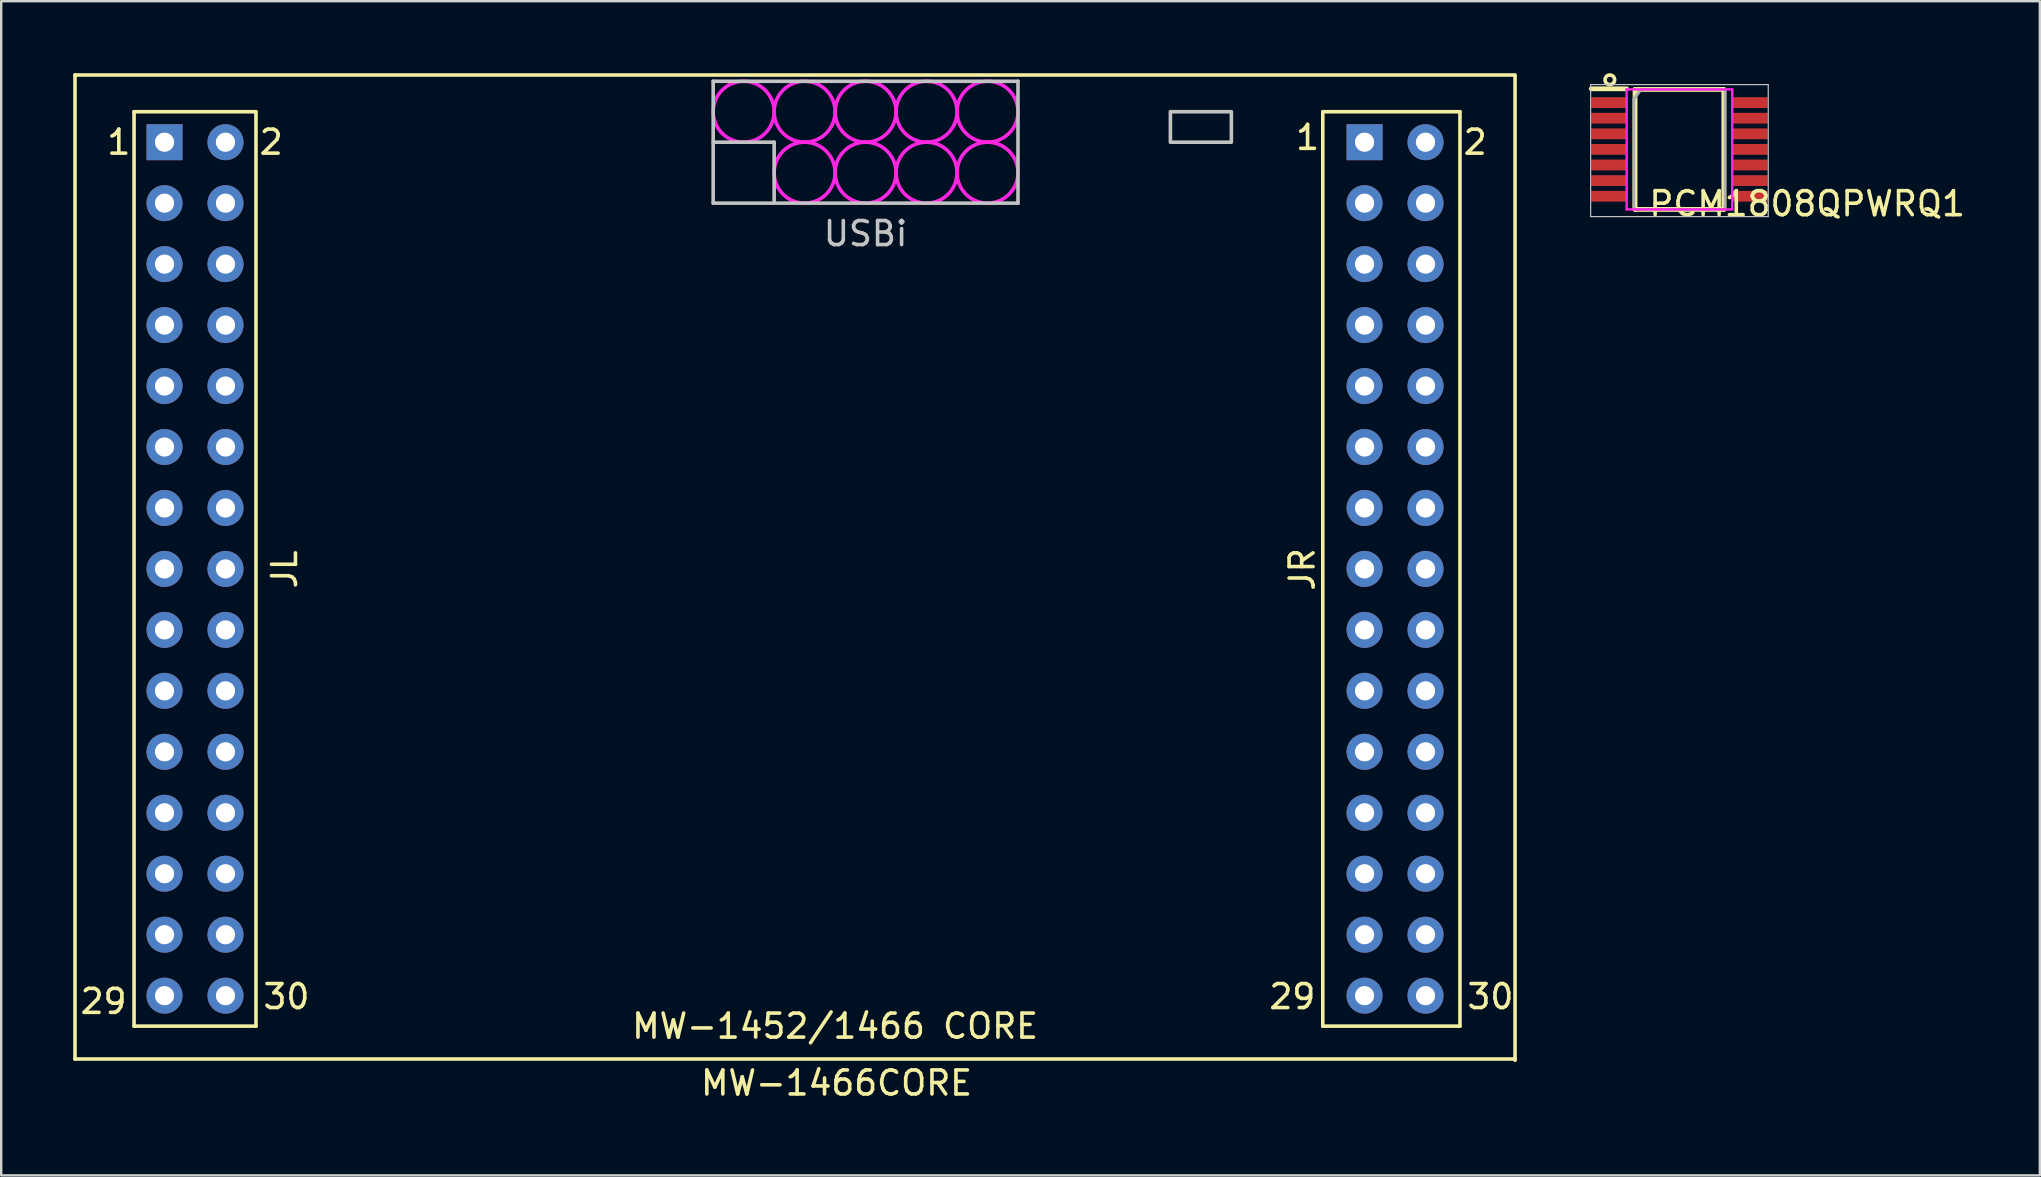
<source format=kicad_pcb>
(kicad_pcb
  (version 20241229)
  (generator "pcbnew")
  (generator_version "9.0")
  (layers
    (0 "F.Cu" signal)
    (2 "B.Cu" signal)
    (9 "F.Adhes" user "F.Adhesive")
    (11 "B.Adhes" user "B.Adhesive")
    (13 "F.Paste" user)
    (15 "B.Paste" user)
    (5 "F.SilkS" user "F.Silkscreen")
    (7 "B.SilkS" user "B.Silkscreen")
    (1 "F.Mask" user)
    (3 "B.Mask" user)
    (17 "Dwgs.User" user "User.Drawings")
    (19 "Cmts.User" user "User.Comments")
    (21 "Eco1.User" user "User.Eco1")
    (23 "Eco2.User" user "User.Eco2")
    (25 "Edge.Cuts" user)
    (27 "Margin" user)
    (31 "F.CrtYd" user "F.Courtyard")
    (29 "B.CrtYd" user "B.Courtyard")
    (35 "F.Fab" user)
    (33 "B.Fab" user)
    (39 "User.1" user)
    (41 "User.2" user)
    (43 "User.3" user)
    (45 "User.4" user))
  (footprint "MW-1466CORE"
    (layer "F.Cu")
    (at 3.805 2.875)
    (property "Reference" "MW-1466CORE" (at 28 39.2 0) (layer "F.SilkS") (effects (font (size 1 1) (thickness 0.15))))
    (attr through_hole)
    (fp_line (start -3.73 -2.8) (end -3.73 38.2) (stroke (width 0.15) (type solid)) (layer "F.SilkS"))
    (fp_line (start -3.73 38.2) (end 56.27 38.2) (stroke (width 0.15) (type solid)) (layer "F.SilkS"))
    (fp_line (start -1.27 -1.27) (end -1.27 36.83) (stroke (width 0.15) (type solid)) (layer "F.SilkS"))
    (fp_line (start -1.27 36.83) (end 3.81 36.83) (stroke (width 0.15) (type solid)) (layer "F.SilkS"))
    (fp_line (start 3.81 -1.27) (end -1.27 -1.27) (stroke (width 0.15) (type solid)) (layer "F.SilkS"))
    (fp_line (start 3.81 36.83) (end 3.81 -1.27) (stroke (width 0.15) (type solid)) (layer "F.SilkS"))
    (fp_line (start 48.26 -1.27) (end 48.26 36.83) (stroke (width 0.15) (type solid)) (layer "F.SilkS"))
    (fp_line (start 48.26 36.83) (end 53.975 36.83) (stroke (width 0.15) (type solid)) (layer "F.SilkS"))
    (fp_line (start 53.975 -1.27) (end 48.26 -1.27) (stroke (width 0.15) (type solid)) (layer "F.SilkS"))
    (fp_line (start 53.975 36.83) (end 53.975 -1.27) (stroke (width 0.15) (type solid)) (layer "F.SilkS"))
    (fp_line (start 56.27 -2.8) (end -3.73 -2.8) (stroke (width 0.15) (type solid)) (layer "F.SilkS"))
    (fp_line (start 56.27 38.25) (end 56.27 -2.75) (stroke (width 0.15) (type solid)) (layer "F.SilkS"))
    (fp_line (start 22.86 -2.54) (end 22.86 2.54) (stroke (width 0.15) (type solid)) (layer "Dwgs.User"))
    (fp_line (start 22.86 0) (end 25.4 0) (stroke (width 0.15) (type solid)) (layer "Dwgs.User"))
    (fp_line (start 22.86 2.54) (end 35.56 2.54) (stroke (width 0.15) (type solid)) (layer "Dwgs.User"))
    (fp_line (start 25.4 0) (end 25.4 2.54) (stroke (width 0.15) (type solid)) (layer "Dwgs.User"))
    (fp_line (start 35.56 -2.54) (end 22.86 -2.54) (stroke (width 0.15) (type solid)) (layer "Dwgs.User"))
    (fp_line (start 35.56 2.54) (end 35.56 -2.54) (stroke (width 0.15) (type solid)) (layer "Dwgs.User"))
    (fp_poly (pts (xy 41.91 -1.27) (xy 41.91 0) (xy 44.45 0) (xy 44.45 -1.27)) (stroke (width 0.15) (type solid)) (fill no) (layer "Dwgs.User"))
    (fp_circle (center 24.13 -1.27) (end 24.13 0) (stroke (width 0.15) (type solid)) (fill no) (layer "F.CrtYd"))
    (fp_circle (center 26.67 -1.27) (end 26.67 0) (stroke (width 0.15) (type solid)) (fill no) (layer "F.CrtYd"))
    (fp_circle (center 26.67 1.27) (end 26.67 2.54) (stroke (width 0.15) (type solid)) (fill no) (layer "F.CrtYd"))
    (fp_circle (center 29.21 -1.27) (end 29.21 0) (stroke (width 0.15) (type solid)) (fill no) (layer "F.CrtYd"))
    (fp_circle (center 29.21 1.27) (end 29.21 2.54) (stroke (width 0.15) (type solid)) (fill no) (layer "F.CrtYd"))
    (fp_circle (center 31.75 -1.27) (end 31.75 0) (stroke (width 0.15) (type solid)) (fill no) (layer "F.CrtYd"))
    (fp_circle (center 31.75 1.27) (end 31.75 2.54) (stroke (width 0.15) (type solid)) (fill no) (layer "F.CrtYd"))
    (fp_circle (center 34.29 -1.27) (end 34.29 0) (stroke (width 0.15) (type solid)) (fill no) (layer "F.CrtYd"))
    (fp_circle (center 34.29 1.27) (end 34.29 2.54) (stroke (width 0.15) (type solid)) (fill no) (layer "F.CrtYd"))
    (fp_text user "2" (at 54.61 0 0) (layer "F.SilkS") (effects (font (size 1 1) (thickness 0.15))))
    (fp_text user "JR" (at 47.4 17.8 90) (layer "F.SilkS") (effects (font (size 1 1) (thickness 0.15))))
    (fp_text user "MW-1452/1466 CORE" (at 27.94 36.83 0) (layer "F.SilkS") (effects (font (size 1 1) (thickness 0.15))))
    (fp_text user "30" (at 55.245 35.6 0) (layer "F.SilkS") (effects (font (size 1 1) (thickness 0.15))))
    (fp_text user "1" (at -1.905 0 0) (layer "F.SilkS") (effects (font (size 1 1) (thickness 0.15))))
    (fp_text user "30" (at 5.08 35.6 0) (layer "F.SilkS") (effects (font (size 1 1) (thickness 0.15))))
    (fp_text user "JL" (at 5 17.8 90) (layer "F.SilkS") (effects (font (size 1 1) (thickness 0.15))))
    (fp_text user "1" (at 47.625 -0.2 0) (layer "F.SilkS") (effects (font (size 1 1) (thickness 0.15))))
    (fp_text user "29" (at -2.54 35.8 0) (layer "F.SilkS") (effects (font (size 1 1) (thickness 0.15))))
    (fp_text user "2" (at 4.445 0 0) (layer "F.SilkS") (effects (font (size 1 1) (thickness 0.15))))
    (fp_text user "29" (at 46.99 35.6 0) (layer "F.SilkS") (effects (font (size 1 1) (thickness 0.15))))
    (fp_text user "USBi" (at 29.21 3.81 0) (layer "Dwgs.User") (effects (font (size 1 1) (thickness 0.15))))
    (pad "JL1" thru_hole rect (at 0 0) (size 1.5 1.5) (drill 0.8) (layers "*.Cu" "*.Mask"))
    (pad "JL2" thru_hole circle (at 2.54 0) (size 1.5 1.5) (drill 0.8) (layers "*.Cu" "*.Mask"))
    (pad "JL3" thru_hole circle (at 0 2.54) (size 1.5 1.5) (drill 0.8) (layers "*.Cu" "*.Mask"))
    (pad "JL4" thru_hole circle (at 2.54 2.54) (size 1.5 1.5) (drill 0.8) (layers "*.Cu" "*.Mask"))
    (pad "JL5" thru_hole circle (at 0 5.08) (size 1.5 1.5) (drill 0.8) (layers "*.Cu" "*.Mask"))
    (pad "JL6" thru_hole circle (at 2.54 5.08) (size 1.5 1.5) (drill 0.8) (layers "*.Cu" "*.Mask"))
    (pad "JL7" thru_hole circle (at 0 7.62) (size 1.5 1.5) (drill 0.8) (layers "*.Cu" "*.Mask"))
    (pad "JL8" thru_hole circle (at 2.54 7.62) (size 1.5 1.5) (drill 0.8) (layers "*.Cu" "*.Mask"))
    (pad "JL9" thru_hole circle (at 0 10.16) (size 1.5 1.5) (drill 0.8) (layers "*.Cu" "*.Mask"))
    (pad "JL10" thru_hole circle (at 2.54 10.16) (size 1.5 1.5) (drill 0.8) (layers "*.Cu" "*.Mask"))
    (pad "JL11" thru_hole circle (at 0 12.7) (size 1.5 1.5) (drill 0.8) (layers "*.Cu" "*.Mask"))
    (pad "JL12" thru_hole circle (at 2.54 12.7) (size 1.5 1.5) (drill 0.8) (layers "*.Cu" "*.Mask"))
    (pad "JL13" thru_hole circle (at 0 15.24) (size 1.5 1.5) (drill 0.8) (layers "*.Cu" "*.Mask"))
    (pad "JL14" thru_hole circle (at 2.54 15.24) (size 1.5 1.5) (drill 0.8) (layers "*.Cu" "*.Mask"))
    (pad "JL15" thru_hole circle (at 0 17.78) (size 1.5 1.5) (drill 0.8) (layers "*.Cu" "*.Mask"))
    (pad "JL16" thru_hole circle (at 2.54 17.78) (size 1.5 1.5) (drill 0.8) (layers "*.Cu" "*.Mask"))
    (pad "JL17" thru_hole circle (at 0 20.32) (size 1.5 1.5) (drill 0.8) (layers "*.Cu" "*.Mask"))
    (pad "JL18" thru_hole circle (at 2.54 20.32) (size 1.5 1.5) (drill 0.8) (layers "*.Cu" "*.Mask"))
    (pad "JL19" thru_hole circle (at 0 22.86) (size 1.5 1.5) (drill 0.8) (layers "*.Cu" "*.Mask"))
    (pad "JL20" thru_hole circle (at 2.54 22.86) (size 1.5 1.5) (drill 0.8) (layers "*.Cu" "*.Mask"))
    (pad "JL21" thru_hole circle (at 0 25.4) (size 1.5 1.5) (drill 0.8) (layers "*.Cu" "*.Mask"))
    (pad "JL22" thru_hole circle (at 2.54 25.4) (size 1.5 1.5) (drill 0.8) (layers "*.Cu" "*.Mask"))
    (pad "JL23" thru_hole circle (at 0 27.94) (size 1.5 1.5) (drill 0.8) (layers "*.Cu" "*.Mask"))
    (pad "JL24" thru_hole circle (at 2.54 27.94) (size 1.5 1.5) (drill 0.8) (layers "*.Cu" "*.Mask"))
    (pad "JL25" thru_hole circle (at 0 30.48) (size 1.5 1.5) (drill 0.8) (layers "*.Cu" "*.Mask"))
    (pad "JL26" thru_hole circle (at 2.54 30.48) (size 1.5 1.5) (drill 0.8) (layers "*.Cu" "*.Mask"))
    (pad "JL27" thru_hole circle (at 0 33.02) (size 1.5 1.5) (drill 0.8) (layers "*.Cu" "*.Mask"))
    (pad "JL28" thru_hole circle (at 2.54 33.02) (size 1.5 1.5) (drill 0.8) (layers "*.Cu" "*.Mask"))
    (pad "JL29" thru_hole circle (at 0 35.56) (size 1.5 1.5) (drill 0.8) (layers "*.Cu" "*.Mask"))
    (pad "JL30" thru_hole circle (at 2.54 35.56) (size 1.5 1.5) (drill 0.8) (layers "*.Cu" "*.Mask"))
    (pad "JR1" thru_hole rect (at 50 0) (size 1.5 1.5) (drill 0.8) (layers "*.Cu" "*.Mask"))
    (pad "JR2" thru_hole circle (at 52.54 0) (size 1.5 1.5) (drill 0.8) (layers "*.Cu" "*.Mask"))
    (pad "JR3" thru_hole circle (at 50 2.54) (size 1.5 1.5) (drill 0.8) (layers "*.Cu" "*.Mask"))
    (pad "JR4" thru_hole circle (at 52.54 2.54) (size 1.5 1.5) (drill 0.8) (layers "*.Cu" "*.Mask"))
    (pad "JR5" thru_hole circle (at 50 5.08) (size 1.5 1.5) (drill 0.8) (layers "*.Cu" "*.Mask"))
    (pad "JR6" thru_hole circle (at 52.54 5.08) (size 1.5 1.5) (drill 0.8) (layers "*.Cu" "*.Mask"))
    (pad "JR7" thru_hole circle (at 50 7.62) (size 1.5 1.5) (drill 0.8) (layers "*.Cu" "*.Mask"))
    (pad "JR8" thru_hole circle (at 52.54 7.62) (size 1.5 1.5) (drill 0.8) (layers "*.Cu" "*.Mask"))
    (pad "JR9" thru_hole circle (at 50 10.16) (size 1.5 1.5) (drill 0.8) (layers "*.Cu" "*.Mask"))
    (pad "JR10" thru_hole circle (at 52.54 10.16) (size 1.5 1.5) (drill 0.8) (layers "*.Cu" "*.Mask"))
    (pad "JR11" thru_hole circle (at 50 12.7) (size 1.5 1.5) (drill 0.8) (layers "*.Cu" "*.Mask"))
    (pad "JR12" thru_hole circle (at 52.54 12.7) (size 1.5 1.5) (drill 0.8) (layers "*.Cu" "*.Mask"))
    (pad "JR13" thru_hole circle (at 50 15.24) (size 1.5 1.5) (drill 0.8) (layers "*.Cu" "*.Mask"))
    (pad "JR14" thru_hole circle (at 52.54 15.24) (size 1.5 1.5) (drill 0.8) (layers "*.Cu" "*.Mask"))
    (pad "JR15" thru_hole circle (at 50 17.78) (size 1.5 1.5) (drill 0.8) (layers "*.Cu" "*.Mask"))
    (pad "JR16" thru_hole circle (at 52.54 17.78) (size 1.5 1.5) (drill 0.8) (layers "*.Cu" "*.Mask"))
    (pad "JR17" thru_hole circle (at 50 20.32) (size 1.5 1.5) (drill 0.8) (layers "*.Cu" "*.Mask"))
    (pad "JR18" thru_hole circle (at 52.54 20.32) (size 1.5 1.5) (drill 0.8) (layers "*.Cu" "*.Mask"))
    (pad "JR19" thru_hole circle (at 50 22.86) (size 1.5 1.5) (drill 0.8) (layers "*.Cu" "*.Mask"))
    (pad "JR20" thru_hole circle (at 52.54 22.86) (size 1.5 1.5) (drill 0.8) (layers "*.Cu" "*.Mask"))
    (pad "JR21" thru_hole circle (at 50 25.4) (size 1.5 1.5) (drill 0.8) (layers "*.Cu" "*.Mask"))
    (pad "JR22" thru_hole circle (at 52.54 25.4) (size 1.5 1.5) (drill 0.8) (layers "*.Cu" "*.Mask"))
    (pad "JR23" thru_hole circle (at 50 27.94) (size 1.5 1.5) (drill 0.8) (layers "*.Cu" "*.Mask"))
    (pad "JR24" thru_hole circle (at 52.54 27.94) (size 1.5 1.5) (drill 0.8) (layers "*.Cu" "*.Mask"))
    (pad "JR25" thru_hole circle (at 50 30.48) (size 1.5 1.5) (drill 0.8) (layers "*.Cu" "*.Mask"))
    (pad "JR26" thru_hole circle (at 52.54 30.48) (size 1.5 1.5) (drill 0.8) (layers "*.Cu" "*.Mask"))
    (pad "JR27" thru_hole circle (at 50 33.02) (size 1.5 1.5) (drill 0.8) (layers "*.Cu" "*.Mask"))
    (pad "JR28" thru_hole circle (at 52.54 33.02) (size 1.5 1.5) (drill 0.8) (layers "*.Cu" "*.Mask"))
    (pad "JR29" thru_hole circle (at 50 35.56) (size 1.5 1.5) (drill 0.8) (layers "*.Cu" "*.Mask"))
    (pad "JR30" thru_hole circle (at 52.54 35.56) (size 1.5 1.5) (drill 0.8) (layers "*.Cu" "*.Mask")))
  (footprint "PCM1808QPWRQ1"
    (layer "F.Cu")
    (at 66.925 3.175)
    (property "Reference" "PCM1808QPWRQ1" (at 5.32 2.264 180) (layer "F.SilkS") (effects (font (size 1 1) (thickness 0.15))))
    (attr smd)
    (fp_line (start -3.675 -2.525) (end -2.2 -2.525) (stroke (width 0.2) (type solid)) (layer "F.SilkS"))
    (fp_line (start -1.85 -2.5) (end 1.85 -2.5) (stroke (width 0.2) (type solid)) (layer "F.SilkS"))
    (fp_line (start -1.85 2.5) (end -1.85 -2.5) (stroke (width 0.2) (type solid)) (layer "F.SilkS"))
    (fp_line (start 1.85 -2.5) (end 1.85 2.5) (stroke (width 0.2) (type solid)) (layer "F.SilkS"))
    (fp_line (start 1.85 2.5) (end -1.85 2.5) (stroke (width 0.2) (type solid)) (layer "F.SilkS"))
    (fp_circle (center -2.9 -2.9) (end -2.7 -2.9) (stroke (width 0.15) (type solid)) (fill no) (layer "F.SilkS"))
    (fp_line (start -3.7 -2.7) (end 3.7 -2.7) (stroke (width 0.05) (type solid)) (layer "Dwgs.User"))
    (fp_line (start -3.7 2.8) (end -3.7 -2.7) (stroke (width 0.05) (type solid)) (layer "Dwgs.User"))
    (fp_line (start 3.7 -2.7) (end 3.7 2.8) (stroke (width 0.05) (type solid)) (layer "Dwgs.User"))
    (fp_line (start 3.7 2.8) (end -3.7 2.8) (stroke (width 0.05) (type solid)) (layer "Dwgs.User"))
    (fp_line (start -2.2 -2.5) (end 2.2 -2.5) (stroke (width 0.1) (type solid)) (layer "F.CrtYd"))
    (fp_line (start -2.2 2.5) (end -2.2 -2.5) (stroke (width 0.1) (type solid)) (layer "F.CrtYd"))
    (fp_line (start 2.2 -2.5) (end 2.2 2.5) (stroke (width 0.1) (type solid)) (layer "F.CrtYd"))
    (fp_line (start 2.2 2.5) (end -2.2 2.5) (stroke (width 0.1) (type solid)) (layer "F.CrtYd"))
    (fp_line (start -1.9 -2.1) (end -1.6 -2.5) (stroke (width 0.12) (type solid)) (layer "F.Fab"))
    (fp_line (start -1.9 2.5) (end -1.9 -2.1) (stroke (width 0.12) (type solid)) (layer "F.Fab"))
    (fp_line (start -1.6 -2.5) (end 1.8 -2.5) (stroke (width 0.12) (type solid)) (layer "F.Fab"))
    (fp_line (start 1.8 -2.5) (end 1.9 -2.5) (stroke (width 0.12) (type solid)) (layer "F.Fab"))
    (fp_line (start 1.9 -2.5) (end 1.9 2.5) (stroke (width 0.12) (type solid)) (layer "F.Fab"))
    (fp_line (start 1.9 2.5) (end -1.9 2.5) (stroke (width 0.12) (type solid)) (layer "F.Fab"))
    (pad "1" smd rect (at -2.938 -1.95 90) (size 0.45 1.475) (layers "F.Cu" "F.Mask" "F.Paste"))
    (pad "2" smd rect (at -2.938 -1.3 90) (size 0.45 1.475) (layers "F.Cu" "F.Mask" "F.Paste"))
    (pad "3" smd rect (at -2.938 -0.65 90) (size 0.45 1.475) (layers "F.Cu" "F.Mask" "F.Paste"))
    (pad "4" smd rect (at -2.938 0 90) (size 0.45 1.475) (layers "F.Cu" "F.Mask" "F.Paste"))
    (pad "5" smd rect (at -2.938 0.65 90) (size 0.45 1.475) (layers "F.Cu" "F.Mask" "F.Paste"))
    (pad "6" smd rect (at -2.938 1.3 90) (size 0.45 1.475) (layers "F.Cu" "F.Mask" "F.Paste"))
    (pad "7" smd rect (at -2.938 1.95 90) (size 0.45 1.475) (layers "F.Cu" "F.Mask" "F.Paste"))
    (pad "8" smd rect (at 2.938 1.95 90) (size 0.45 1.475) (layers "F.Cu" "F.Mask" "F.Paste"))
    (pad "9" smd rect (at 2.938 1.3 90) (size 0.45 1.475) (layers "F.Cu" "F.Mask" "F.Paste"))
    (pad "10" smd rect (at 2.938 0.65 90) (size 0.45 1.475) (layers "F.Cu" "F.Mask" "F.Paste"))
    (pad "11" smd rect (at 2.938 0 90) (size 0.45 1.475) (layers "F.Cu" "F.Mask" "F.Paste"))
    (pad "12" smd rect (at 2.938 -0.65 90) (size 0.45 1.475) (layers "F.Cu" "F.Mask" "F.Paste"))
    (pad "13" smd rect (at 2.938 -1.3 90) (size 0.45 1.475) (layers "F.Cu" "F.Mask" "F.Paste"))
    (pad "14" smd rect (at 2.938 -1.95 90) (size 0.45 1.475) (layers "F.Cu" "F.Mask" "F.Paste")))
  (gr_rect
    (start -3 -3)
    (end 81.941 45.923)
    (stroke (width 0.1) (type default))
    (fill no)
    (layer "Edge.Cuts")))
</source>
